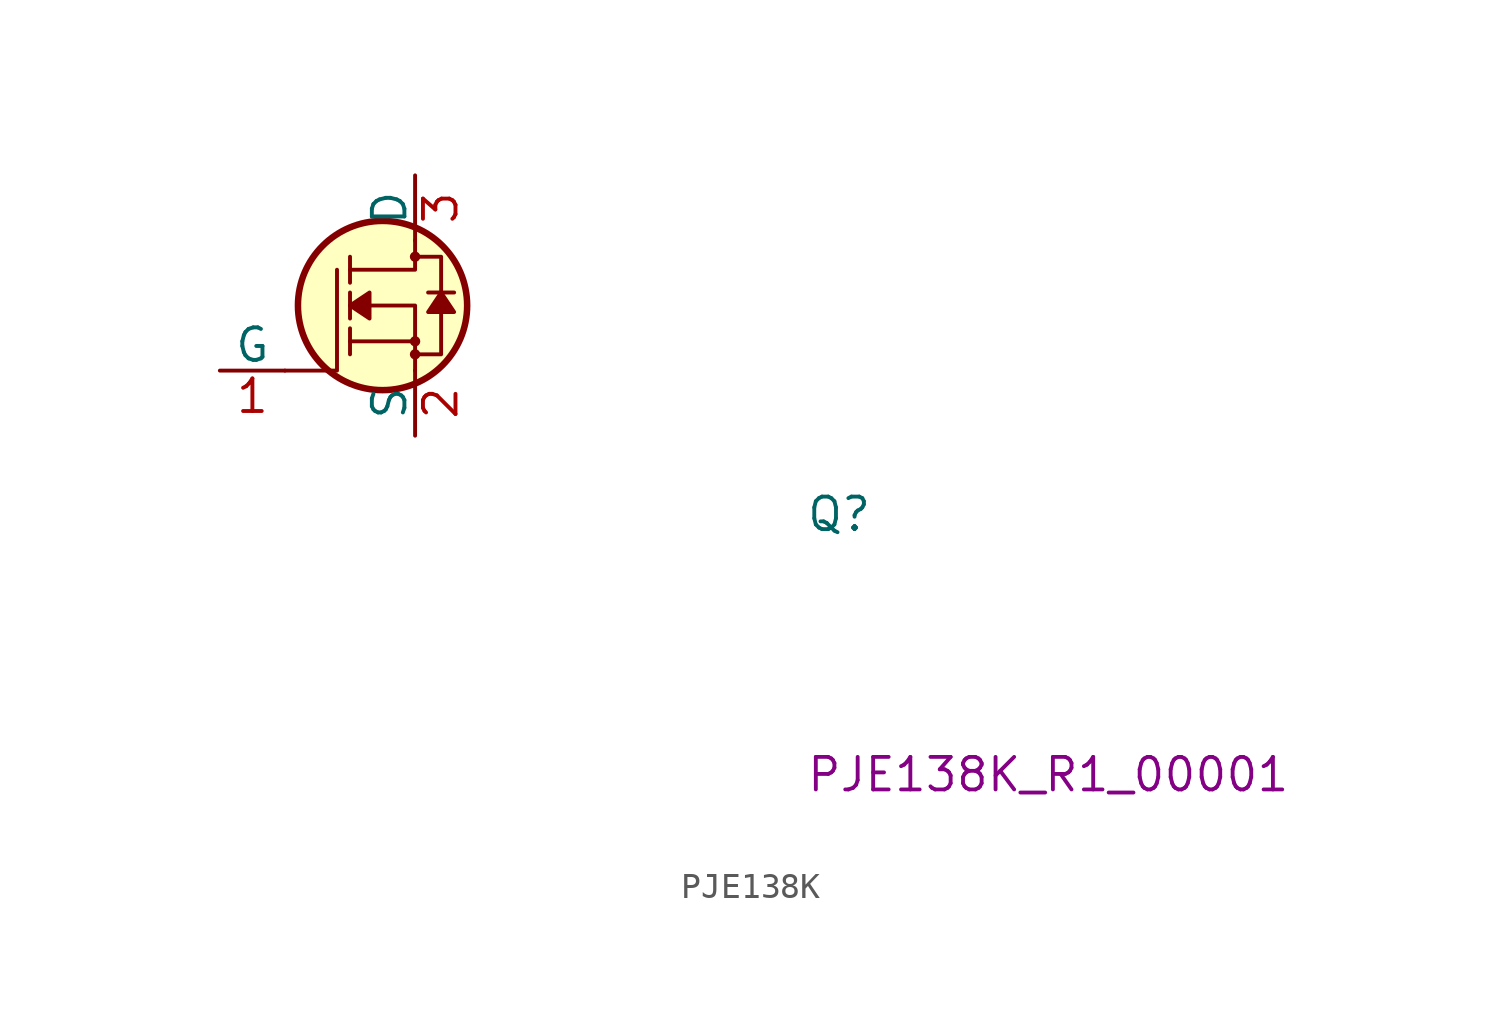
<source format=kicad_sym>
(kicad_symbol_lib
  (version 20220914)
  (generator kicad_symbol_editor)
  (symbol "PJE138K"
    (pin_names
      (offset 0))
    (property "Reference" "Q"
      (at 22.86 -6.35 0)
      (effects (font (size 1.27 1.27) (thickness 0.15)) (justify left bottom)))
    (property "MPN" "PJE138K_R1_00001"
      (at 22.86 -16.51 0)
      (effects (font (size 1.27 1.27) (thickness 0.15)) (justify left bottom)))
    (symbol "PJE138K_0_1"
      (polyline (pts (xy 7.62 1.143) (xy 5.08 1.143)) (stroke (width 0) (type default)) (fill (type none)))
      (polyline (pts (xy 2.54 0) (xy 4.572 0) (xy 4.572 3.937)) (stroke (width 0) (type default)) (fill (type none)))
      (polyline (pts (xy 7.62 0) (xy 7.62 2.54) (xy 5.08 2.54)) (stroke (width 0) (type default)) (fill (type none)))
      (polyline (pts (xy 7.62 5.08) (xy 7.62 3.937) (xy 5.08 3.937)) (stroke (width 0) (type default)) (fill (type none)))
      (polyline (pts (xy 7.493 0.635) (xy 8.636 0.635) (xy 8.636 3.937) (xy 8.636 4.445) (xy 7.493 4.445)) (stroke (width 0) (type default)) (fill (type none)))
      (circle (center 6.35 2.54) (radius 3.302) (stroke (width 0.254) (type default)) (fill (type background)))
      (circle (center 7.62 0.635) (radius 0.127) (stroke (width 0) (type default)) (fill (type none)))
      (circle (center 7.62 1.143) (radius 0.127) (stroke (width 0) (type default)) (fill (type none)))
      (circle (center 7.62 4.445) (radius 0.127) (stroke (width 0) (type default)) (fill (type none))))
    (symbol "PJE138K_1_1"
      (polyline (pts (xy 5.08 1.143) (xy 5.08 0.635)) (stroke (width 0) (type default)) (fill (type none)))
      (polyline (pts (xy 5.08 1.143) (xy 5.08 1.651)) (stroke (width 0) (type default)) (fill (type none)))
      (polyline (pts (xy 5.08 2.54) (xy 5.08 2.032)) (stroke (width 0) (type default)) (fill (type none)))
      (polyline (pts (xy 5.08 2.54) (xy 5.08 3.048)) (stroke (width 0) (type default)) (fill (type none)))
      (polyline (pts (xy 5.08 4.445) (xy 5.08 3.429)) (stroke (width 0) (type default)) (fill (type none)))
      (polyline (pts (xy 9.144 3.048) (xy 8.128 3.048)) (stroke (width 0) (type default)) (fill (type none)))
      (polyline (pts (xy 5.08 2.54) (xy 5.842 3.048) (xy 5.842 2.032) (xy 5.08 2.54)) (stroke (width 0) (type default)) (fill (type outline)))
      (polyline (pts (xy 8.636 3.048) (xy 8.128 2.286) (xy 9.144 2.286) (xy 8.636 3.048)) (stroke (width 0) (type default)) (fill (type outline)))
      (pin passive line (at 0 0 0) (length 2.54) (name "G" (effects (font (size 1.27 1.27)))) (number "1" (effects (font (size 1.27 1.27)))))
      (pin passive line (at 7.62 -2.54 90) (length 2.54) (name "S" (effects (font (size 1.27 1.27)))) (number "2" (effects (font (size 1.27 1.27)))))
      (pin passive line (at 7.62 7.62 270) (length 2.54) (name "D" (effects (font (size 1.27 1.27)))) (number "3" (effects (font (size 1.27 1.27))))))))
</source>
